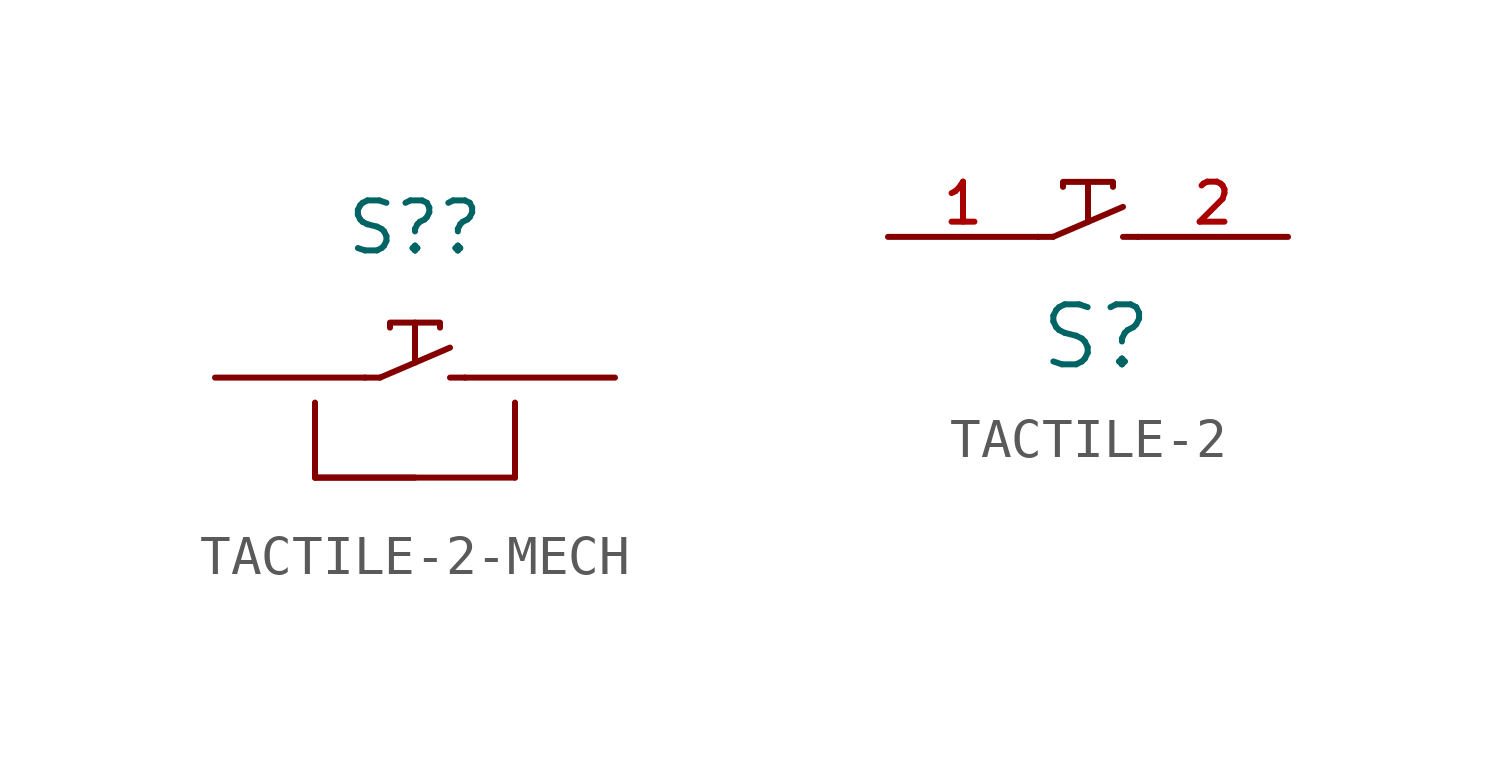
<source format=kicad_sym>
(kicad_symbol_lib
  (version 20211014)
  (generator kicad_symbol_editor)
  (symbol "TACTILE-2-MECH"
    (pin_numbers hide)
    (pin_names
      (offset 1.016))
    (property "Reference" "S?"
      (at 0 3.81 0)
      (effects (font (size 1.27 1.27))))
    (symbol "TACTILE-2-MECH_0_1"
      (polyline (pts (xy -2.54 -2.54) (xy 2.54 -2.54)) (stroke (width 0) (type default) (color 0 0 0 0)) (fill (type none)))
      (polyline (pts (xy -2.54 -0.635) (xy -2.54 -2.54)) (stroke (width 0) (type default) (color 0 0 0 0)) (fill (type none)))
      (polyline (pts (xy -1.27 0) (xy -0.889 0)) (stroke (width 0) (type default) (color 0 0 0 0)) (fill (type none)))
      (polyline (pts (xy -0.889 0) (xy 0.889 0.762)) (stroke (width 0) (type default) (color 0 0 0 0)) (fill (type none)))
      (polyline (pts (xy 0 0.381) (xy 0 1.397)) (stroke (width 0) (type default) (color 0 0 0 0)) (fill (type none)))
      (polyline (pts (xy 1.27 0) (xy 0.889 0)) (stroke (width 0) (type default) (color 0 0 0 0)) (fill (type none)))
      (polyline (pts (xy 2.54 -2.54) (xy 2.54 -0.635)) (stroke (width 0) (type default) (color 0 0 0 0)) (fill (type none)))
      (polyline (pts (xy -0.635 1.27) (xy -0.635 1.397) (xy 0.635 1.397) (xy 0.635 1.27)) (stroke (width 0) (type default) (color 0 0 0 0)) (fill (type none))))
    (symbol "TACTILE-2-MECH_1_1"
      (pin passive line (at -5.08 0 0) (length 3.81) (name "~" (effects (font (size 1.27 1.27)))) (number "1" (effects (font (size 1.016 1.016)))))
      (pin passive line (at 5.08 0 180) (length 3.81) (name "~" (effects (font (size 1.27 1.27)))) (number "2" (effects (font (size 1.016 1.016)))))
      (pin passive line (at -2.54 -2.54 0) (length 2.54) (name "~" (effects (font (size 1.27 1.27)))) (number "MECH" (effects (font (size 0.508 0.508)))))))
  (symbol "TACTILE-2"
    (pin_names
      (offset 1.016))
    (property "Reference" "S"
      (at -1.27 -2.54 0)
      (effects (font (size 1.524 1.524)) (justify left)))
    (symbol "TACTILE-2_0_1"
      (polyline (pts (xy -1.27 0) (xy -0.889 0)) (stroke (width 0) (type default) (color 0 0 0 0)) (fill (type none)))
      (polyline (pts (xy -0.889 0) (xy 0.889 0.762)) (stroke (width 0) (type default) (color 0 0 0 0)) (fill (type none)))
      (polyline (pts (xy 0 0.381) (xy 0 1.397)) (stroke (width 0) (type default) (color 0 0 0 0)) (fill (type none)))
      (polyline (pts (xy 1.27 0) (xy 0.889 0)) (stroke (width 0) (type default) (color 0 0 0 0)) (fill (type none)))
      (polyline (pts (xy -0.635 1.27) (xy -0.635 1.397) (xy 0.635 1.397) (xy 0.635 1.27)) (stroke (width 0) (type default) (color 0 0 0 0)) (fill (type none))))
    (symbol "TACTILE-2_1_1"
      (pin passive line (at -5.08 0 0) (length 3.81) (name "~" (effects (font (size 1.27 1.27)))) (number "1" (effects (font (size 1.016 1.016)))))
      (pin passive line (at 5.08 0 180) (length 3.81) (name "~" (effects (font (size 1.27 1.27)))) (number "2" (effects (font (size 1.016 1.016))))))))
</source>
